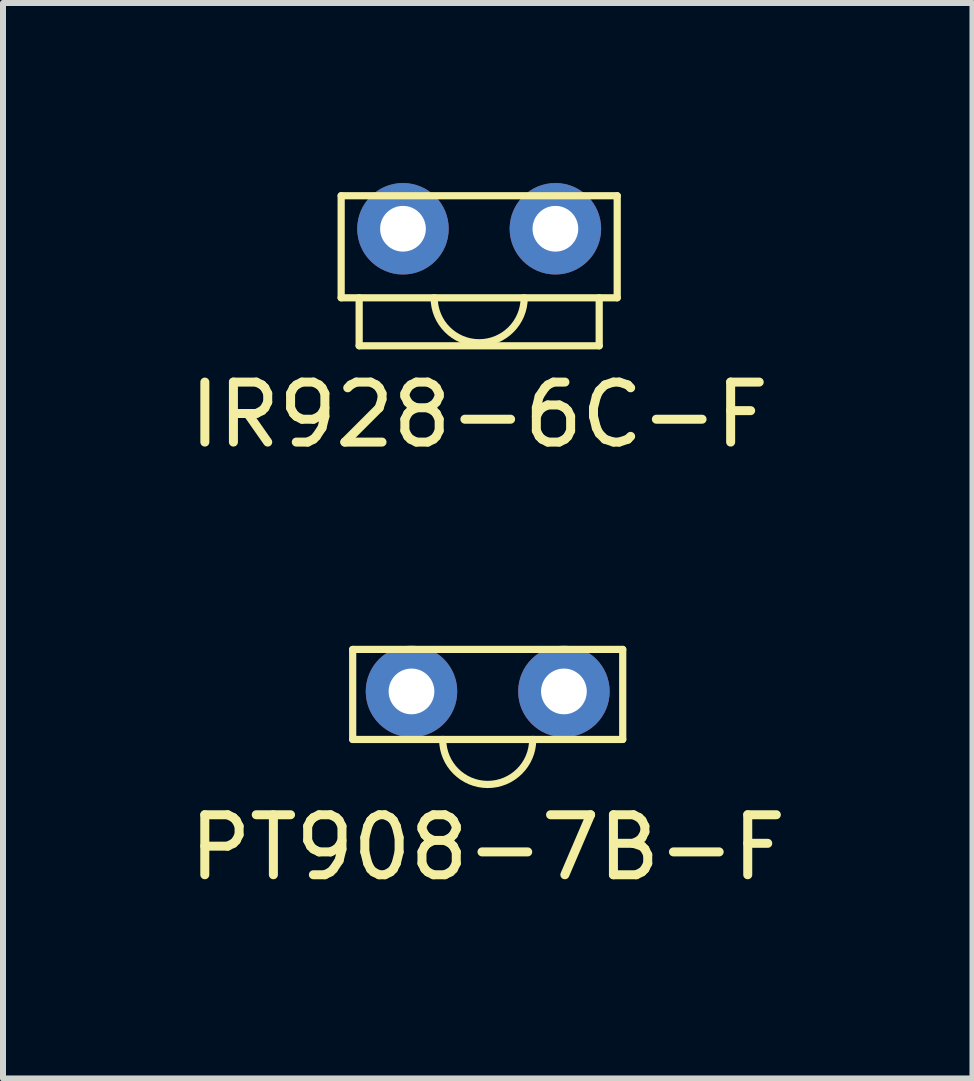
<source format=kicad_pcb>
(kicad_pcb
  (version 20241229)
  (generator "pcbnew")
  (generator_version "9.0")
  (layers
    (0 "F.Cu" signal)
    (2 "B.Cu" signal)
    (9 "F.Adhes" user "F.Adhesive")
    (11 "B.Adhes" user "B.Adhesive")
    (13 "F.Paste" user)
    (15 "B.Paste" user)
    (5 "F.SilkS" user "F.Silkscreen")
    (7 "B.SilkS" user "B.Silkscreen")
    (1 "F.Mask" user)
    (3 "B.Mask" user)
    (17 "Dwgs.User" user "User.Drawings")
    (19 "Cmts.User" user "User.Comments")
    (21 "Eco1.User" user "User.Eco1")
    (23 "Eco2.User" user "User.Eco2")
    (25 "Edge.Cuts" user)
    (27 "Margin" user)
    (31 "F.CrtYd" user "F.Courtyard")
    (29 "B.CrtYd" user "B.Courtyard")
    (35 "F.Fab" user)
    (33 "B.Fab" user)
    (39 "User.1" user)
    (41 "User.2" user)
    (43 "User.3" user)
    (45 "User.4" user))
  (footprint "PT908-7B-F"
    (layer "F.Cu")
    (at 5.077 8.472)
    (property "Reference" "PT908-7B-F" (at 0 2.6 0) (layer "F.SilkS") (effects (font (size 1 1) (thickness 0.15))))
    (attr through_hole)
    (fp_line (start -2.25 -0.7) (end 2.25 -0.7) (stroke (width 0.12) (type solid)) (layer "F.SilkS"))
    (fp_line (start -2.25 0.8) (end -2.25 -0.7) (stroke (width 0.12) (type solid)) (layer "F.SilkS"))
    (fp_line (start 2.25 -0.7) (end 2.25 0.8) (stroke (width 0.12) (type solid)) (layer "F.SilkS"))
    (fp_line (start 2.25 0.8) (end -2.25 0.8) (stroke (width 0.12) (type solid)) (layer "F.SilkS"))
    (fp_arc (start 0.75 0.8) (mid 0 1.55) (end -0.75 0.8) (stroke (width 0.12) (type solid)) (layer "F.SilkS"))
    (pad "1" thru_hole circle (at 1.27 0) (size 1.524 1.524) (drill 0.762) (layers "*.Cu" "*.Mask"))
    (pad "2" thru_hole circle (at -1.27 0) (size 1.524 1.524) (drill 0.762) (layers "*.Cu" "*.Mask")))
  (footprint "IR928-6C-F"
    (layer "F.Cu")
    (at 4.935 0.762)
    (property "Reference" "IR928-6C-F" (at 0 3.1 0) (layer "F.SilkS") (effects (font (size 1 1) (thickness 0.15))))
    (attr through_hole)
    (fp_line (start -2.3 -0.55) (end 2.3 -0.55) (stroke (width 0.12) (type solid)) (layer "F.SilkS"))
    (fp_line (start -2.3 1.15) (end -2.3 -0.55) (stroke (width 0.12) (type solid)) (layer "F.SilkS"))
    (fp_line (start -2 1.15) (end -2 1.95) (stroke (width 0.12) (type solid)) (layer "F.SilkS"))
    (fp_line (start -2 1.95) (end 2 1.95) (stroke (width 0.12) (type solid)) (layer "F.SilkS"))
    (fp_line (start 2 1.95) (end 2 1.15) (stroke (width 0.12) (type solid)) (layer "F.SilkS"))
    (fp_line (start 2.3 -0.55) (end 2.3 1.15) (stroke (width 0.12) (type solid)) (layer "F.SilkS"))
    (fp_line (start 2.3 1.15) (end -2.3 1.15) (stroke (width 0.12) (type solid)) (layer "F.SilkS"))
    (fp_arc (start 0.75 1.15) (mid 0 1.9) (end -0.75 1.15) (stroke (width 0.12) (type solid)) (layer "F.SilkS"))
    (pad "1" thru_hole circle (at -1.27 0) (size 1.524 1.524) (drill 0.762) (layers "*.Cu" "*.Mask"))
    (pad "2" thru_hole circle (at 1.27 0) (size 1.524 1.524) (drill 0.762) (layers "*.Cu" "*.Mask")))
  (gr_rect
    (start -3 -3)
    (end 13.155 14.921)
    (stroke (width 0.1) (type default))
    (fill no)
    (layer "Edge.Cuts")))
</source>
